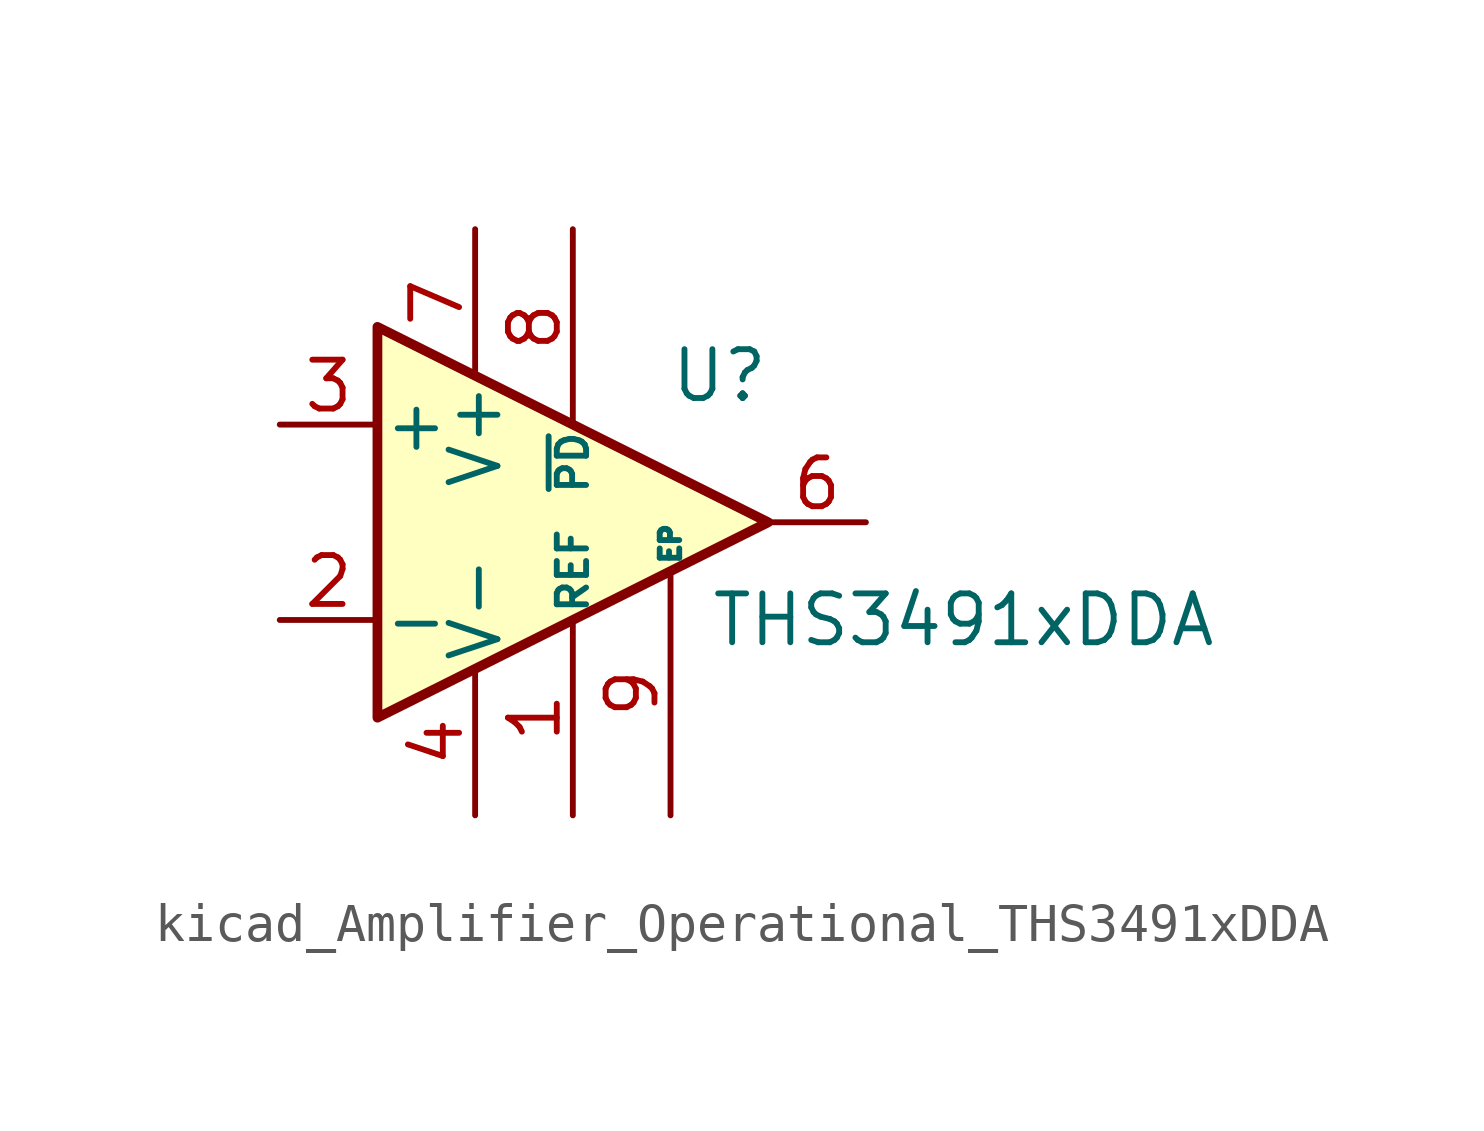
<source format=kicad_sym>
(kicad_symbol_lib
  (version 20220914)
  (generator kicad_symbol_editor)
  (symbol "kicad_Amplifier_Operational_THS3491xDDA"
    (pin_names
      (offset 0.127))
    (property "Reference" "U"
      (at 3.81 3.81 0)
      (effects (font (size 1.27 1.27))))
    (property "Value" "THS3491xDDA"
      (at 10.16 -2.54 0)
      (effects (font (size 1.27 1.27))))
    (symbol "kicad_Amplifier_Operational_THS3491xDDA_1_1"
      (polyline (pts (xy -5.08 5.08) (xy 5.08 0) (xy -5.08 -5.08) (xy -5.08 5.08)) (stroke (width 0.254) (type default)) (fill (type background)))
      (pin input line (at 0 -7.62 90) (length 5.08) (name "REF" (effects (font (size 0.762 0.762)))) (number "1" (effects (font (size 1.27 1.27)))))
      (pin input line (at -7.62 -2.54 0) (length 2.54) (name "-" (effects (font (size 1.27 1.27)))) (number "2" (effects (font (size 1.27 1.27)))))
      (pin input line (at -7.62 2.54 0) (length 2.54) (name "+" (effects (font (size 1.27 1.27)))) (number "3" (effects (font (size 1.27 1.27)))))
      (pin power_in line (at -2.54 -7.62 90) (length 3.81) (name "V-" (effects (font (size 1.27 1.27)))) (number "4" (effects (font (size 1.27 1.27)))))
      (pin no_connect line (at -5.08 0 0) (length 2.54) hide (name "NC" (effects (font (size 1.27 1.27)))) (number "5" (effects (font (size 1.27 1.27)))))
      (pin output line (at 7.62 0 180) (length 2.54) (name "~" (effects (font (size 1.27 1.27)))) (number "6" (effects (font (size 1.27 1.27)))))
      (pin power_in line (at -2.54 7.62 270) (length 3.81) (name "V+" (effects (font (size 1.27 1.27)))) (number "7" (effects (font (size 1.27 1.27)))))
      (pin input line (at 0 7.62 270) (length 5.08) (name "~{PD}" (effects (font (size 0.762 0.762)))) (number "8" (effects (font (size 1.27 1.27)))))
      (pin passive line (at 2.54 -7.62 90) (length 6.35) (name "EP" (effects (font (size 0.508 0.508)))) (number "9" (effects (font (size 1.27 1.27))))))))
</source>
